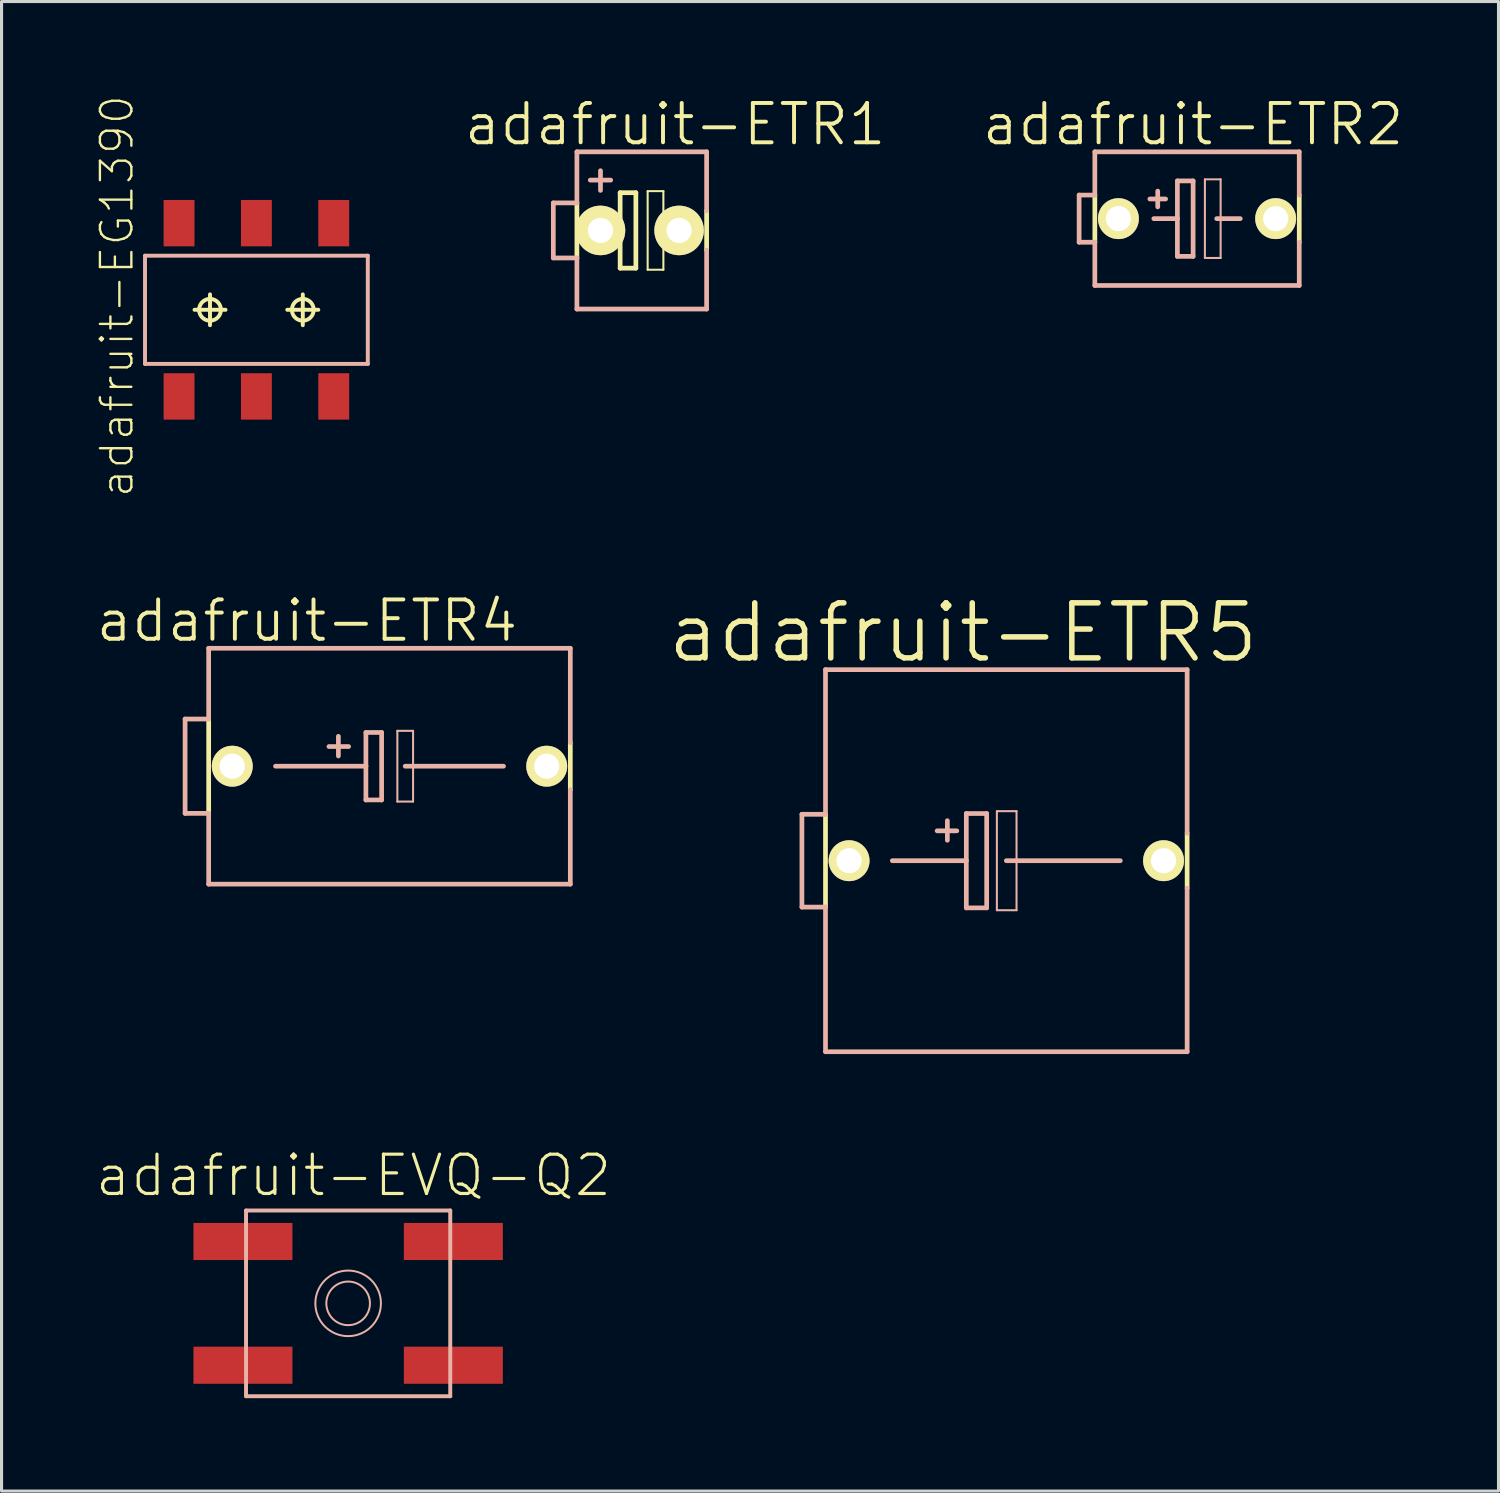
<source format=kicad_pcb>
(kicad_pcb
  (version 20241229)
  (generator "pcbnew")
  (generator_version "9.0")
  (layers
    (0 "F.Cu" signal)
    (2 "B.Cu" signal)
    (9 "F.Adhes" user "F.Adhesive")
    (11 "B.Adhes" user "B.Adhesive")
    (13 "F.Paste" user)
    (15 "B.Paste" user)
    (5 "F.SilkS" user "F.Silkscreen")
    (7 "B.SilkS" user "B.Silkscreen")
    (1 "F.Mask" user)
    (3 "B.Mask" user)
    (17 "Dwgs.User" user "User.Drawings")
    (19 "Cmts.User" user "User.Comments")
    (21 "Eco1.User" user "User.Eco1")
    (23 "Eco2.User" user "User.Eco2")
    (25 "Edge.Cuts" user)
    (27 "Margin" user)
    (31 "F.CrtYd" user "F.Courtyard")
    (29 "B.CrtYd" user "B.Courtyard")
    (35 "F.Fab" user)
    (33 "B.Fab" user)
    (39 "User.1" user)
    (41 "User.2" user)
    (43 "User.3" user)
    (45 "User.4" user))
  (footprint "adafruit-ETR1"
    (layer "F.Cu")
    (at 17.621 4.395)
    (property "Reference" "adafruit-ETR1" (at 1.143 -3.429 0) (layer "F.SilkS") (effects (font (size 1.27 1.27) (thickness 0.127))))
    (attr exclude_from_pos_files exclude_from_bom)
    (fp_line (start -2.032 0.889) (end -2.032 -0.889) (stroke (width 0.152) (type solid)) (layer "F.SilkS"))
    (fp_line (start -1.651 0) (end -0.635 0) (stroke (width 0.152) (type solid)) (layer "F.SilkS"))
    (fp_line (start -0.635 -1.219) (end -0.635 0) (stroke (width 0.152) (type solid)) (layer "F.SilkS"))
    (fp_line (start -0.635 0) (end -0.635 1.219) (stroke (width 0.152) (type solid)) (layer "F.SilkS"))
    (fp_line (start -0.635 1.219) (end -0.127 1.219) (stroke (width 0.152) (type solid)) (layer "F.SilkS"))
    (fp_line (start -0.127 -1.219) (end -0.635 -1.219) (stroke (width 0.152) (type solid)) (layer "F.SilkS"))
    (fp_line (start -0.127 1.219) (end -0.127 -1.219) (stroke (width 0.152) (type solid)) (layer "F.SilkS"))
    (fp_line (start 0.254 -1.27) (end 0.762 -1.27) (stroke (width 0.066) (type solid)) (layer "F.SilkS"))
    (fp_line (start 0.254 1.27) (end 0.254 -1.27) (stroke (width 0.066) (type solid)) (layer "F.SilkS"))
    (fp_line (start 0.254 1.27) (end 0.762 1.27) (stroke (width 0.066) (type solid)) (layer "F.SilkS"))
    (fp_line (start 0.635 0) (end 1.651 0) (stroke (width 0.152) (type solid)) (layer "F.SilkS"))
    (fp_line (start 0.762 1.27) (end 0.762 -1.27) (stroke (width 0.066) (type solid)) (layer "F.SilkS"))
    (fp_line (start 2.159 -0.635) (end 2.159 0.635) (stroke (width 0.152) (type solid)) (layer "F.SilkS"))
    (fp_line (start -2.794 -0.889) (end -2.794 0.889) (stroke (width 0.152) (type solid)) (layer "B.SilkS"))
    (fp_line (start -2.794 0.889) (end -2.032 0.889) (stroke (width 0.152) (type solid)) (layer "B.SilkS"))
    (fp_line (start -2.032 -0.889) (end -2.794 -0.889) (stroke (width 0.152) (type solid)) (layer "B.SilkS"))
    (fp_line (start -2.032 -0.889) (end -2.032 -2.54) (stroke (width 0.152) (type solid)) (layer "B.SilkS"))
    (fp_line (start -2.032 2.54) (end -2.032 0.889) (stroke (width 0.152) (type solid)) (layer "B.SilkS"))
    (fp_line (start -2.032 2.54) (end 2.159 2.54) (stroke (width 0.152) (type solid)) (layer "B.SilkS"))
    (fp_line (start -1.27 -1.93) (end -1.27 -1.293) (stroke (width 0.152) (type solid)) (layer "B.SilkS"))
    (fp_line (start -0.94 -1.626) (end -1.6 -1.626) (stroke (width 0.152) (type solid)) (layer "B.SilkS"))
    (fp_line (start 2.159 -2.54) (end -2.032 -2.54) (stroke (width 0.152) (type solid)) (layer "B.SilkS"))
    (fp_line (start 2.159 -2.54) (end 2.159 -0.635) (stroke (width 0.152) (type solid)) (layer "B.SilkS"))
    (fp_line (start 2.159 0.635) (end 2.159 2.54) (stroke (width 0.152) (type solid)) (layer "B.SilkS"))
    (pad "+" thru_hole circle (at -1.27 0) (size 1.6 1.6) (drill 0.813) (layers "*.Cu" "F.Mask" "F.SilkS" "F.Paste"))
    (pad "-" thru_hole circle (at 1.27 0) (size 1.6 1.6) (drill 0.813) (layers "*.Cu" "F.Mask" "F.SilkS" "F.Paste")))
  (footprint "adafruit-ETR5"
    (layer "F.Cu")
    (at 29.463 24.758)
    (property "Reference" "adafruit-ETR5" (at -1.397 -7.366 0) (layer "F.SilkS") (effects (font (size 1.778 1.778) (thickness 0.178))))
    (attr exclude_from_pos_files exclude_from_bom)
    (fp_line (start -5.842 1.499) (end -5.842 -1.499) (stroke (width 0.152) (type solid)) (layer "F.SilkS"))
    (fp_line (start 5.842 -0.889) (end 5.842 0.889) (stroke (width 0.152) (type solid)) (layer "F.SilkS"))
    (fp_line (start -6.604 -1.499) (end -6.604 1.499) (stroke (width 0.152) (type solid)) (layer "B.SilkS"))
    (fp_line (start -6.604 1.499) (end -5.842 1.499) (stroke (width 0.152) (type solid)) (layer "B.SilkS"))
    (fp_line (start -5.842 -1.499) (end -6.604 -1.499) (stroke (width 0.152) (type solid)) (layer "B.SilkS"))
    (fp_line (start -5.842 -1.499) (end -5.842 -6.172) (stroke (width 0.152) (type solid)) (layer "B.SilkS"))
    (fp_line (start -5.842 6.172) (end -5.842 1.499) (stroke (width 0.152) (type solid)) (layer "B.SilkS"))
    (fp_line (start -5.842 6.172) (end 5.842 6.172) (stroke (width 0.152) (type solid)) (layer "B.SilkS"))
    (fp_line (start -3.683 0) (end -1.293 0) (stroke (width 0.152) (type solid)) (layer "B.SilkS"))
    (fp_line (start -1.905 -1.293) (end -1.905 -0.66) (stroke (width 0.152) (type solid)) (layer "B.SilkS"))
    (fp_line (start -1.6 -0.965) (end -2.235 -0.965) (stroke (width 0.152) (type solid)) (layer "B.SilkS"))
    (fp_line (start -1.293 -1.524) (end -0.635 -1.524) (stroke (width 0.152) (type solid)) (layer "B.SilkS"))
    (fp_line (start -1.293 0) (end -1.293 -1.524) (stroke (width 0.152) (type solid)) (layer "B.SilkS"))
    (fp_line (start -1.293 1.524) (end -1.293 0) (stroke (width 0.152) (type solid)) (layer "B.SilkS"))
    (fp_line (start -0.635 -1.524) (end -0.635 1.524) (stroke (width 0.152) (type solid)) (layer "B.SilkS"))
    (fp_line (start -0.635 1.524) (end -1.293 1.524) (stroke (width 0.152) (type solid)) (layer "B.SilkS"))
    (fp_line (start -0.305 -1.6) (end 0.33 -1.6) (stroke (width 0.066) (type solid)) (layer "B.SilkS"))
    (fp_line (start -0.305 1.6) (end -0.305 -1.6) (stroke (width 0.066) (type solid)) (layer "B.SilkS"))
    (fp_line (start -0.305 1.6) (end 0.33 1.6) (stroke (width 0.066) (type solid)) (layer "B.SilkS"))
    (fp_line (start 0 0) (end 3.683 0) (stroke (width 0.152) (type solid)) (layer "B.SilkS"))
    (fp_line (start 0.33 1.6) (end 0.33 -1.6) (stroke (width 0.066) (type solid)) (layer "B.SilkS"))
    (fp_line (start 5.842 -6.172) (end -5.842 -6.172) (stroke (width 0.152) (type solid)) (layer "B.SilkS"))
    (fp_line (start 5.842 -0.889) (end 5.842 -6.172) (stroke (width 0.152) (type solid)) (layer "B.SilkS"))
    (fp_line (start 5.842 6.172) (end 5.842 0.889) (stroke (width 0.152) (type solid)) (layer "B.SilkS"))
    (pad "+" thru_hole circle (at -5.08 0) (size 1.321 1.321) (drill 0.813) (layers "*.Cu" "F.Mask" "F.SilkS" "F.Paste"))
    (pad "-" thru_hole circle (at 5.08 0) (size 1.321 1.321) (drill 0.813) (layers "*.Cu" "F.Mask" "F.SilkS" "F.Paste")))
  (footprint "adafruit-ETR2"
    (layer "F.Cu")
    (at 35.625 4.014)
    (property "Reference" "adafruit-ETR2" (at -0.127 -3.048 0) (layer "F.SilkS") (effects (font (size 1.27 1.27) (thickness 0.127))))
    (attr exclude_from_pos_files exclude_from_bom)
    (fp_line (start -3.302 0.762) (end -3.302 -0.762) (stroke (width 0.152) (type solid)) (layer "F.SilkS"))
    (fp_line (start 3.302 -0.762) (end 3.302 0.762) (stroke (width 0.152) (type solid)) (layer "F.SilkS"))
    (fp_line (start -3.81 -0.762) (end -3.81 0.762) (stroke (width 0.152) (type solid)) (layer "B.SilkS"))
    (fp_line (start -3.81 0.762) (end -3.302 0.762) (stroke (width 0.152) (type solid)) (layer "B.SilkS"))
    (fp_line (start -3.302 -0.762) (end -3.81 -0.762) (stroke (width 0.152) (type solid)) (layer "B.SilkS"))
    (fp_line (start -3.302 -0.762) (end -3.302 -2.159) (stroke (width 0.152) (type solid)) (layer "B.SilkS"))
    (fp_line (start -3.302 2.159) (end -3.302 0.762) (stroke (width 0.152) (type solid)) (layer "B.SilkS"))
    (fp_line (start -3.302 2.159) (end 3.302 2.159) (stroke (width 0.152) (type solid)) (layer "B.SilkS"))
    (fp_line (start -1.524 -0.635) (end -1.016 -0.635) (stroke (width 0.152) (type solid)) (layer "B.SilkS"))
    (fp_line (start -1.397 0) (end -0.635 0) (stroke (width 0.152) (type solid)) (layer "B.SilkS"))
    (fp_line (start -1.27 -0.889) (end -1.27 -0.381) (stroke (width 0.152) (type solid)) (layer "B.SilkS"))
    (fp_line (start -0.635 -1.219) (end -0.635 0) (stroke (width 0.152) (type solid)) (layer "B.SilkS"))
    (fp_line (start -0.635 0) (end -0.635 1.219) (stroke (width 0.152) (type solid)) (layer "B.SilkS"))
    (fp_line (start -0.635 1.219) (end -0.127 1.219) (stroke (width 0.152) (type solid)) (layer "B.SilkS"))
    (fp_line (start -0.127 -1.219) (end -0.635 -1.219) (stroke (width 0.152) (type solid)) (layer "B.SilkS"))
    (fp_line (start -0.127 1.219) (end -0.127 -1.219) (stroke (width 0.152) (type solid)) (layer "B.SilkS"))
    (fp_line (start 0.254 -1.27) (end 0.762 -1.27) (stroke (width 0.066) (type solid)) (layer "B.SilkS"))
    (fp_line (start 0.254 1.27) (end 0.254 -1.27) (stroke (width 0.066) (type solid)) (layer "B.SilkS"))
    (fp_line (start 0.254 1.27) (end 0.762 1.27) (stroke (width 0.066) (type solid)) (layer "B.SilkS"))
    (fp_line (start 0.635 0) (end 1.397 0) (stroke (width 0.152) (type solid)) (layer "B.SilkS"))
    (fp_line (start 0.762 1.27) (end 0.762 -1.27) (stroke (width 0.066) (type solid)) (layer "B.SilkS"))
    (fp_line (start 3.302 -2.159) (end -3.302 -2.159) (stroke (width 0.152) (type solid)) (layer "B.SilkS"))
    (fp_line (start 3.302 -0.762) (end 3.302 -2.159) (stroke (width 0.152) (type solid)) (layer "B.SilkS"))
    (fp_line (start 3.302 2.159) (end 3.302 0.762) (stroke (width 0.152) (type solid)) (layer "B.SilkS"))
    (pad "+" thru_hole circle (at -2.54 0) (size 1.321 1.321) (drill 0.813) (layers "*.Cu" "F.Mask" "F.SilkS" "F.Paste"))
    (pad "-" thru_hole circle (at 2.54 0) (size 1.321 1.321) (drill 0.813) (layers "*.Cu" "F.Mask" "F.SilkS" "F.Paste")))
  (footprint "adafruit-ETR4"
    (layer "F.Cu")
    (at 9.534 21.705)
    (property "Reference" "adafruit-ETR4" (at -2.667 -4.699 0) (layer "F.SilkS") (effects (font (size 1.27 1.27) (thickness 0.127))))
    (attr exclude_from_pos_files exclude_from_bom)
    (fp_line (start -5.842 1.524) (end -5.842 -1.524) (stroke (width 0.152) (type solid)) (layer "F.SilkS"))
    (fp_line (start 5.842 -0.762) (end 5.842 0.762) (stroke (width 0.152) (type solid)) (layer "F.SilkS"))
    (fp_line (start -6.604 -1.524) (end -6.604 1.524) (stroke (width 0.152) (type solid)) (layer "B.SilkS"))
    (fp_line (start -6.604 1.524) (end -5.842 1.524) (stroke (width 0.152) (type solid)) (layer "B.SilkS"))
    (fp_line (start -5.842 -1.524) (end -6.604 -1.524) (stroke (width 0.152) (type solid)) (layer "B.SilkS"))
    (fp_line (start -5.842 -1.524) (end -5.842 -3.81) (stroke (width 0.152) (type solid)) (layer "B.SilkS"))
    (fp_line (start -5.842 3.81) (end -5.842 1.524) (stroke (width 0.152) (type solid)) (layer "B.SilkS"))
    (fp_line (start -5.842 3.81) (end 5.842 3.81) (stroke (width 0.152) (type solid)) (layer "B.SilkS"))
    (fp_line (start -3.683 0) (end -0.762 0) (stroke (width 0.152) (type solid)) (layer "B.SilkS"))
    (fp_line (start -1.651 -0.965) (end -1.651 -0.33) (stroke (width 0.152) (type solid)) (layer "B.SilkS"))
    (fp_line (start -1.321 -0.635) (end -1.956 -0.635) (stroke (width 0.152) (type solid)) (layer "B.SilkS"))
    (fp_line (start -0.762 -1.09) (end -0.762 0) (stroke (width 0.152) (type solid)) (layer "B.SilkS"))
    (fp_line (start -0.762 0) (end -0.762 1.09) (stroke (width 0.152) (type solid)) (layer "B.SilkS"))
    (fp_line (start -0.762 1.09) (end -0.254 1.09) (stroke (width 0.152) (type solid)) (layer "B.SilkS"))
    (fp_line (start -0.254 -1.09) (end -0.762 -1.09) (stroke (width 0.152) (type solid)) (layer "B.SilkS"))
    (fp_line (start -0.254 1.09) (end -0.254 -1.09) (stroke (width 0.152) (type solid)) (layer "B.SilkS"))
    (fp_line (start 0.254 -1.143) (end 0.762 -1.143) (stroke (width 0.066) (type solid)) (layer "B.SilkS"))
    (fp_line (start 0.254 1.143) (end 0.254 -1.143) (stroke (width 0.066) (type solid)) (layer "B.SilkS"))
    (fp_line (start 0.254 1.143) (end 0.762 1.143) (stroke (width 0.066) (type solid)) (layer "B.SilkS"))
    (fp_line (start 0.762 1.143) (end 0.762 -1.143) (stroke (width 0.066) (type solid)) (layer "B.SilkS"))
    (fp_line (start 3.683 0) (end 0.508 0) (stroke (width 0.152) (type solid)) (layer "B.SilkS"))
    (fp_line (start 5.842 -3.81) (end -5.842 -3.81) (stroke (width 0.152) (type solid)) (layer "B.SilkS"))
    (fp_line (start 5.842 -0.762) (end 5.842 -3.81) (stroke (width 0.152) (type solid)) (layer "B.SilkS"))
    (fp_line (start 5.842 3.81) (end 5.842 0.762) (stroke (width 0.152) (type solid)) (layer "B.SilkS"))
    (pad "+" thru_hole circle (at -5.08 0) (size 1.321 1.321) (drill 0.813) (layers "*.Cu" "F.Mask" "F.SilkS" "F.Paste"))
    (pad "-" thru_hole circle (at 5.08 0) (size 1.321 1.321) (drill 0.813) (layers "*.Cu" "F.Mask" "F.SilkS" "F.Paste")))
  (footprint "adafruit-EG1390"
    (layer "F.Cu")
    (at 5.234 6.959)
    (property "Reference" "adafruit-EG1390" (at -4.506 -0.439 90) (layer "F.SilkS") (effects (font (size 1.016 1.016) (thickness 0.076))))
    (attr smd)
    (fp_line (start -1.999 0) (end -0.998 0) (stroke (width 0.127) (type solid)) (layer "F.SilkS"))
    (fp_line (start -1.499 0.498) (end -1.499 -0.498) (stroke (width 0.127) (type solid)) (layer "F.SilkS"))
    (fp_line (start 0.998 0) (end 1.999 0) (stroke (width 0.127) (type solid)) (layer "F.SilkS"))
    (fp_line (start 1.499 0.498) (end 1.499 -0.498) (stroke (width 0.127) (type solid)) (layer "F.SilkS"))
    (fp_circle (center -1.499 0) (end -1.748 0.249) (stroke (width 0.127) (type solid)) (fill no) (layer "F.SilkS"))
    (fp_circle (center 1.499 0) (end 1.748 0.249) (stroke (width 0.127) (type solid)) (fill no) (layer "F.SilkS"))
    (fp_line (start -3.599 -1.748) (end 3.599 -1.748) (stroke (width 0.127) (type solid)) (layer "B.SilkS"))
    (fp_line (start -3.599 1.748) (end -3.599 -1.748) (stroke (width 0.127) (type solid)) (layer "B.SilkS"))
    (fp_line (start 3.599 -1.748) (end 3.599 1.748) (stroke (width 0.127) (type solid)) (layer "B.SilkS"))
    (fp_line (start 3.599 1.748) (end -3.599 1.748) (stroke (width 0.127) (type solid)) (layer "B.SilkS"))
    (pad "O1" smd rect (at -2.499 -2.799) (size 0.998 1.499) (layers "F.Cu" "F.Mask" "F.Paste"))
    (pad "O2" smd rect (at -2.499 2.799) (size 0.998 1.499) (layers "F.Cu" "F.Mask" "F.Paste"))
    (pad "P1" smd rect (at 0 -2.799) (size 0.998 1.499) (layers "F.Cu" "F.Mask" "F.Paste"))
    (pad "P2" smd rect (at 0 2.799) (size 0.998 1.499) (layers "F.Cu" "F.Mask" "F.Paste"))
    (pad "S1" smd rect (at 2.499 -2.799) (size 0.998 1.499) (layers "F.Cu" "F.Mask" "F.Paste"))
    (pad "S2" smd rect (at 2.499 2.799) (size 0.998 1.499) (layers "F.Cu" "F.Mask" "F.Paste")))
  (footprint "adafruit-EVQ-Q2"
    (layer "F.Cu")
    (at 8.198 39.06)
    (property "Reference" "adafruit-EVQ-Q2" (at 0.173 -4.133 0) (layer "F.SilkS") (effects (font (size 1.27 1.27) (thickness 0.102))))
    (attr smd)
    (fp_line (start -3.299 -3) (end 3.299 -3) (stroke (width 0.127) (type solid)) (layer "B.SilkS"))
    (fp_line (start -3.299 3) (end -3.299 -3) (stroke (width 0.127) (type solid)) (layer "B.SilkS"))
    (fp_line (start 3.299 -3) (end 3.299 3) (stroke (width 0.127) (type solid)) (layer "B.SilkS"))
    (fp_line (start 3.299 3) (end -3.299 3) (stroke (width 0.127) (type solid)) (layer "B.SilkS"))
    (fp_circle (center 0 0) (end -0.749 0.749) (stroke (width 0.064) (type solid)) (fill no) (layer "B.SilkS"))
    (fp_circle (center 0 0) (end -0.498 0.498) (stroke (width 0.064) (type solid)) (fill no) (layer "B.SilkS"))
    (pad "A" smd rect (at -3.399 1.999) (size 3.198 1.199) (layers "F.Cu" "F.Mask" "F.Paste"))
    (pad "A'" smd rect (at 3.399 1.999) (size 3.198 1.199) (layers "F.Cu" "F.Mask" "F.Paste"))
    (pad "B" smd rect (at -3.399 -1.999) (size 3.198 1.199) (layers "F.Cu" "F.Mask" "F.Paste"))
    (pad "B'" smd rect (at 3.399 -1.999) (size 3.198 1.199) (layers "F.Cu" "F.Mask" "F.Paste")))
  (gr_rect
    (start -3 -3)
    (end 45.365 45.124)
    (stroke (width 0.1) (type default))
    (fill no)
    (layer "Edge.Cuts")))
</source>
